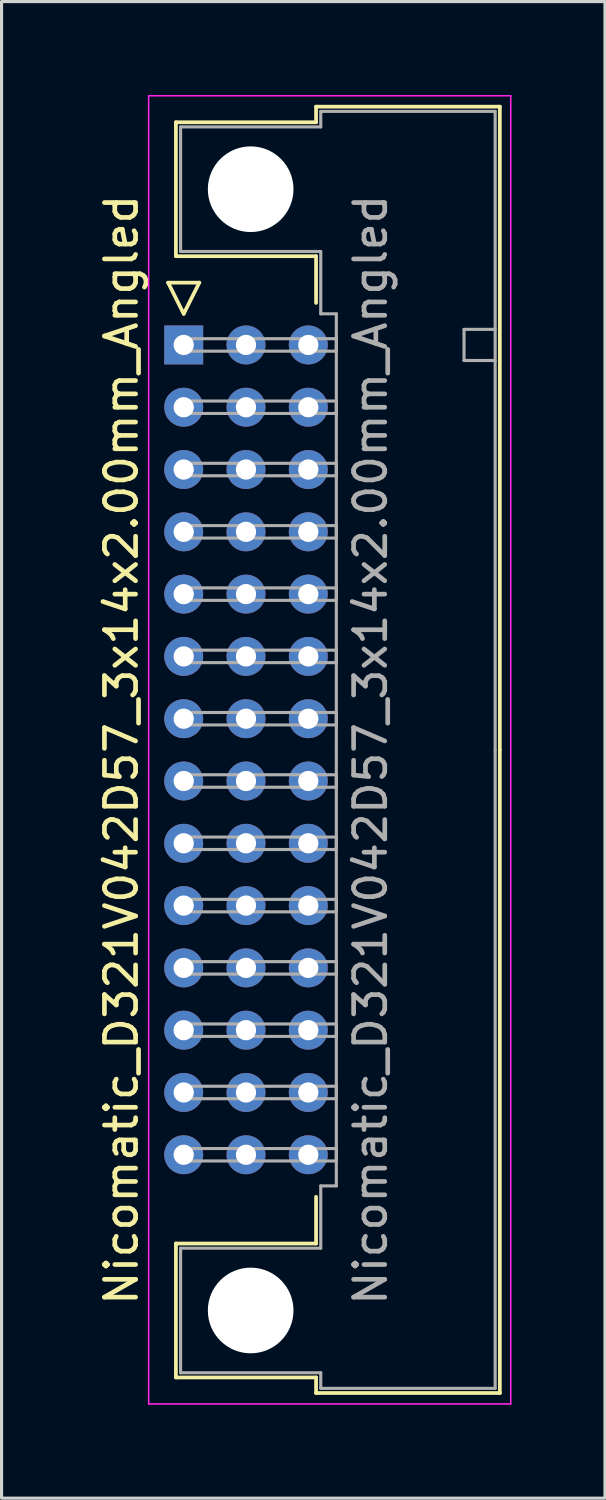
<source format=kicad_pcb>
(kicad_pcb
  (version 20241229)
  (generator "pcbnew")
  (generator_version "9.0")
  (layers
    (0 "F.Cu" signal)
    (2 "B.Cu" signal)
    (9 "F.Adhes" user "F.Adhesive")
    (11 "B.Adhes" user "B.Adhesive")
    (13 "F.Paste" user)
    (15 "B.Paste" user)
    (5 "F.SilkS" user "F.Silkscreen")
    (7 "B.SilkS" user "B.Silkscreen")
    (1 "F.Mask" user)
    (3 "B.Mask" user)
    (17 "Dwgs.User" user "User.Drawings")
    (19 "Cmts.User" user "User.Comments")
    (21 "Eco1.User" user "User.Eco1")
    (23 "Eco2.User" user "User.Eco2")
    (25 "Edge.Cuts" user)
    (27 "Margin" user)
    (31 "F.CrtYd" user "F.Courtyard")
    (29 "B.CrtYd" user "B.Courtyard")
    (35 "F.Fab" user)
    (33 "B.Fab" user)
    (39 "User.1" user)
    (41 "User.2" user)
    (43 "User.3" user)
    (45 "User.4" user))
  (footprint "Nicomatic_D321V042D57_3x14x2.00mm_Angled"
    (layer "F.Cu")
    (at 2.848 8.025)
    (property "Reference" "Nicomatic_D321V042D57_3x14x2.00mm_Angled" (at -2 13 90) (layer "F.SilkS") (effects (font (size 1 1) (thickness 0.15))))
    (attr through_hole)
    (fp_line (start -0.5 -2) (end 0 -1) (stroke (width 0.12) (type solid)) (layer "F.SilkS"))
    (fp_line (start -0.25 -7.15) (end -0.25 -2.85) (stroke (width 0.12) (type solid)) (layer "F.SilkS"))
    (fp_line (start -0.25 -2.85) (end 4.25 -2.85) (stroke (width 0.12) (type solid)) (layer "F.SilkS"))
    (fp_line (start -0.25 28.85) (end 4.25 28.85) (stroke (width 0.12) (type solid)) (layer "F.SilkS"))
    (fp_line (start -0.25 33.15) (end -0.25 28.85) (stroke (width 0.12) (type solid)) (layer "F.SilkS"))
    (fp_line (start 0 -1) (end 0.5 -2) (stroke (width 0.12) (type solid)) (layer "F.SilkS"))
    (fp_line (start 0.5 -2) (end -0.5 -2) (stroke (width 0.12) (type solid)) (layer "F.SilkS"))
    (fp_line (start 4.25 -7.65) (end 4.25 -7.15) (stroke (width 0.12) (type solid)) (layer "F.SilkS"))
    (fp_line (start 4.25 -7.15) (end -0.25 -7.15) (stroke (width 0.12) (type solid)) (layer "F.SilkS"))
    (fp_line (start 4.25 -2.85) (end 4.25 -1.35) (stroke (width 0.12) (type solid)) (layer "F.SilkS"))
    (fp_line (start 4.25 28.85) (end 4.25 27.35) (stroke (width 0.12) (type solid)) (layer "F.SilkS"))
    (fp_line (start 4.25 33.15) (end -0.25 33.15) (stroke (width 0.12) (type solid)) (layer "F.SilkS"))
    (fp_line (start 4.25 33.65) (end 4.25 33.15) (stroke (width 0.12) (type solid)) (layer "F.SilkS"))
    (fp_line (start 10.15 -7.65) (end 4.25 -7.65) (stroke (width 0.12) (type solid)) (layer "F.SilkS"))
    (fp_line (start 10.15 13) (end 10.15 -7.65) (stroke (width 0.12) (type solid)) (layer "F.SilkS"))
    (fp_line (start 10.15 13) (end 10.15 33.65) (stroke (width 0.12) (type solid)) (layer "F.SilkS"))
    (fp_line (start 10.15 33.65) (end 4.25 33.65) (stroke (width 0.12) (type solid)) (layer "F.SilkS"))
    (fp_line (start -1.125 -8) (end -1.125 34) (stroke (width 0.05) (type solid)) (layer "F.CrtYd"))
    (fp_line (start -1.125 34) (end 10.5 34) (stroke (width 0.05) (type solid)) (layer "F.CrtYd"))
    (fp_line (start 10.5 -8) (end -1.125 -8) (stroke (width 0.05) (type solid)) (layer "F.CrtYd"))
    (fp_line (start 10.5 34) (end 10.5 -8) (stroke (width 0.05) (type solid)) (layer "F.CrtYd"))
    (fp_line (start -0.1 -7) (end -0.1 -3) (stroke (width 0.1) (type solid)) (layer "F.Fab"))
    (fp_line (start -0.1 -3) (end 4.4 -3) (stroke (width 0.1) (type solid)) (layer "F.Fab"))
    (fp_line (start -0.1 29) (end 4.4 29) (stroke (width 0.1) (type solid)) (layer "F.Fab"))
    (fp_line (start -0.1 33) (end -0.1 29) (stroke (width 0.1) (type solid)) (layer "F.Fab"))
    (fp_line (start 0 -0.2) (end 0 0.2) (stroke (width 0.1) (type solid)) (layer "F.Fab"))
    (fp_line (start 0 0.2) (end 4.9 0.2) (stroke (width 0.1) (type solid)) (layer "F.Fab"))
    (fp_line (start 0 1.8) (end 0 2.2) (stroke (width 0.1) (type solid)) (layer "F.Fab"))
    (fp_line (start 0 2.2) (end 4.9 2.2) (stroke (width 0.1) (type solid)) (layer "F.Fab"))
    (fp_line (start 0 3.8) (end 0 4.2) (stroke (width 0.1) (type solid)) (layer "F.Fab"))
    (fp_line (start 0 4.2) (end 4.9 4.2) (stroke (width 0.1) (type solid)) (layer "F.Fab"))
    (fp_line (start 0 5.8) (end 0 6.2) (stroke (width 0.1) (type solid)) (layer "F.Fab"))
    (fp_line (start 0 6.2) (end 4.9 6.2) (stroke (width 0.1) (type solid)) (layer "F.Fab"))
    (fp_line (start 0 7.8) (end 0 8.2) (stroke (width 0.1) (type solid)) (layer "F.Fab"))
    (fp_line (start 0 8.2) (end 4.9 8.2) (stroke (width 0.1) (type solid)) (layer "F.Fab"))
    (fp_line (start 0 9.8) (end 0 10.2) (stroke (width 0.1) (type solid)) (layer "F.Fab"))
    (fp_line (start 0 10.2) (end 4.9 10.2) (stroke (width 0.1) (type solid)) (layer "F.Fab"))
    (fp_line (start 0 11.8) (end 0 12.2) (stroke (width 0.1) (type solid)) (layer "F.Fab"))
    (fp_line (start 0 12.2) (end 4.9 12.2) (stroke (width 0.1) (type solid)) (layer "F.Fab"))
    (fp_line (start 0 13.8) (end 0 14.2) (stroke (width 0.1) (type solid)) (layer "F.Fab"))
    (fp_line (start 0 14.2) (end 4.9 14.2) (stroke (width 0.1) (type solid)) (layer "F.Fab"))
    (fp_line (start 0 15.8) (end 0 16.2) (stroke (width 0.1) (type solid)) (layer "F.Fab"))
    (fp_line (start 0 16.2) (end 4.9 16.2) (stroke (width 0.1) (type solid)) (layer "F.Fab"))
    (fp_line (start 0 17.8) (end 0 18.2) (stroke (width 0.1) (type solid)) (layer "F.Fab"))
    (fp_line (start 0 18.2) (end 4.9 18.2) (stroke (width 0.1) (type solid)) (layer "F.Fab"))
    (fp_line (start 0 19.8) (end 0 20.2) (stroke (width 0.1) (type solid)) (layer "F.Fab"))
    (fp_line (start 0 20.2) (end 4.9 20.2) (stroke (width 0.1) (type solid)) (layer "F.Fab"))
    (fp_line (start 0 21.8) (end 0 22.2) (stroke (width 0.1) (type solid)) (layer "F.Fab"))
    (fp_line (start 0 22.2) (end 4.9 22.2) (stroke (width 0.1) (type solid)) (layer "F.Fab"))
    (fp_line (start 0 23.8) (end 0 24.2) (stroke (width 0.1) (type solid)) (layer "F.Fab"))
    (fp_line (start 0 24.2) (end 4.9 24.2) (stroke (width 0.1) (type solid)) (layer "F.Fab"))
    (fp_line (start 0 25.8) (end 0 26.2) (stroke (width 0.1) (type solid)) (layer "F.Fab"))
    (fp_line (start 0 26.2) (end 4.9 26.2) (stroke (width 0.1) (type solid)) (layer "F.Fab"))
    (fp_line (start 4.4 -7.5) (end 4.4 -7) (stroke (width 0.1) (type solid)) (layer "F.Fab"))
    (fp_line (start 4.4 -7) (end -0.1 -7) (stroke (width 0.1) (type solid)) (layer "F.Fab"))
    (fp_line (start 4.4 -3) (end 4.4 -1) (stroke (width 0.1) (type solid)) (layer "F.Fab"))
    (fp_line (start 4.4 -1) (end 4.9 -1) (stroke (width 0.1) (type solid)) (layer "F.Fab"))
    (fp_line (start 4.4 27) (end 4.9 27) (stroke (width 0.1) (type solid)) (layer "F.Fab"))
    (fp_line (start 4.4 29) (end 4.4 27) (stroke (width 0.1) (type solid)) (layer "F.Fab"))
    (fp_line (start 4.4 33) (end -0.1 33) (stroke (width 0.1) (type solid)) (layer "F.Fab"))
    (fp_line (start 4.4 33.5) (end 4.4 33) (stroke (width 0.1) (type solid)) (layer "F.Fab"))
    (fp_line (start 4.9 -1) (end 4.9 13) (stroke (width 0.1) (type solid)) (layer "F.Fab"))
    (fp_line (start 4.9 -0.2) (end 0 -0.2) (stroke (width 0.1) (type solid)) (layer "F.Fab"))
    (fp_line (start 4.9 0.2) (end 4.9 -0.2) (stroke (width 0.1) (type solid)) (layer "F.Fab"))
    (fp_line (start 4.9 1.8) (end 0 1.8) (stroke (width 0.1) (type solid)) (layer "F.Fab"))
    (fp_line (start 4.9 2.2) (end 4.9 1.8) (stroke (width 0.1) (type solid)) (layer "F.Fab"))
    (fp_line (start 4.9 3.8) (end 0 3.8) (stroke (width 0.1) (type solid)) (layer "F.Fab"))
    (fp_line (start 4.9 4.2) (end 4.9 3.8) (stroke (width 0.1) (type solid)) (layer "F.Fab"))
    (fp_line (start 4.9 5.8) (end 0 5.8) (stroke (width 0.1) (type solid)) (layer "F.Fab"))
    (fp_line (start 4.9 6.2) (end 4.9 5.8) (stroke (width 0.1) (type solid)) (layer "F.Fab"))
    (fp_line (start 4.9 7.8) (end 0 7.8) (stroke (width 0.1) (type solid)) (layer "F.Fab"))
    (fp_line (start 4.9 8.2) (end 4.9 7.8) (stroke (width 0.1) (type solid)) (layer "F.Fab"))
    (fp_line (start 4.9 9.8) (end 0 9.8) (stroke (width 0.1) (type solid)) (layer "F.Fab"))
    (fp_line (start 4.9 10.2) (end 4.9 9.8) (stroke (width 0.1) (type solid)) (layer "F.Fab"))
    (fp_line (start 4.9 11.8) (end 0 11.8) (stroke (width 0.1) (type solid)) (layer "F.Fab"))
    (fp_line (start 4.9 12.2) (end 4.9 11.8) (stroke (width 0.1) (type solid)) (layer "F.Fab"))
    (fp_line (start 4.9 13.8) (end 0 13.8) (stroke (width 0.1) (type solid)) (layer "F.Fab"))
    (fp_line (start 4.9 14.2) (end 4.9 13.8) (stroke (width 0.1) (type solid)) (layer "F.Fab"))
    (fp_line (start 4.9 15.8) (end 0 15.8) (stroke (width 0.1) (type solid)) (layer "F.Fab"))
    (fp_line (start 4.9 16.2) (end 4.9 15.8) (stroke (width 0.1) (type solid)) (layer "F.Fab"))
    (fp_line (start 4.9 17.8) (end 0 17.8) (stroke (width 0.1) (type solid)) (layer "F.Fab"))
    (fp_line (start 4.9 18.2) (end 4.9 17.8) (stroke (width 0.1) (type solid)) (layer "F.Fab"))
    (fp_line (start 4.9 19.8) (end 0 19.8) (stroke (width 0.1) (type solid)) (layer "F.Fab"))
    (fp_line (start 4.9 20.2) (end 4.9 19.8) (stroke (width 0.1) (type solid)) (layer "F.Fab"))
    (fp_line (start 4.9 21.8) (end 0 21.8) (stroke (width 0.1) (type solid)) (layer "F.Fab"))
    (fp_line (start 4.9 22.2) (end 4.9 21.8) (stroke (width 0.1) (type solid)) (layer "F.Fab"))
    (fp_line (start 4.9 23.8) (end 0 23.8) (stroke (width 0.1) (type solid)) (layer "F.Fab"))
    (fp_line (start 4.9 24.2) (end 4.9 23.8) (stroke (width 0.1) (type solid)) (layer "F.Fab"))
    (fp_line (start 4.9 25.8) (end 0 25.8) (stroke (width 0.1) (type solid)) (layer "F.Fab"))
    (fp_line (start 4.9 26.2) (end 4.9 25.8) (stroke (width 0.1) (type solid)) (layer "F.Fab"))
    (fp_line (start 4.9 27) (end 4.9 13) (stroke (width 0.1) (type solid)) (layer "F.Fab"))
    (fp_line (start 9 -0.5) (end 9 0.5) (stroke (width 0.1) (type solid)) (layer "F.Fab"))
    (fp_line (start 9 0.5) (end 10 0.5) (stroke (width 0.1) (type solid)) (layer "F.Fab"))
    (fp_line (start 10 -7.5) (end 4.4 -7.5) (stroke (width 0.1) (type solid)) (layer "F.Fab"))
    (fp_line (start 10 -0.5) (end 9 -0.5) (stroke (width 0.1) (type solid)) (layer "F.Fab"))
    (fp_line (start 10 13) (end 10 -7.5) (stroke (width 0.1) (type solid)) (layer "F.Fab"))
    (fp_line (start 10 13) (end 10 33.5) (stroke (width 0.1) (type solid)) (layer "F.Fab"))
    (fp_line (start 10 33.5) (end 4.4 33.5) (stroke (width 0.1) (type solid)) (layer "F.Fab"))
    (fp_text user "${REFERENCE}" (at 6 13 90) (layer "F.Fab") (effects (font (size 1 1) (thickness 0.15))))
    (pad "" np_thru_hole circle (at 2.15 -5) (size 2.75 2.75) (drill 2.75) (layers "*.Cu" "*.Mask"))
    (pad "" np_thru_hole circle (at 2.15 31) (size 2.75 2.75) (drill 2.75) (layers "*.Cu" "*.Mask"))
    (pad "1" thru_hole rect (at 0 0) (size 1.25 1.25) (drill 0.65) (layers "*.Cu" "*.Mask"))
    (pad "2" thru_hole oval (at 0 2) (size 1.25 1.25) (drill 0.65) (layers "*.Cu" "*.Mask"))
    (pad "3" thru_hole oval (at 0 4) (size 1.25 1.25) (drill 0.65) (layers "*.Cu" "*.Mask"))
    (pad "4" thru_hole oval (at 0 6) (size 1.25 1.25) (drill 0.65) (layers "*.Cu" "*.Mask"))
    (pad "5" thru_hole oval (at 0 8) (size 1.25 1.25) (drill 0.65) (layers "*.Cu" "*.Mask"))
    (pad "6" thru_hole oval (at 0 10) (size 1.25 1.25) (drill 0.65) (layers "*.Cu" "*.Mask"))
    (pad "7" thru_hole oval (at 0 12) (size 1.25 1.25) (drill 0.65) (layers "*.Cu" "*.Mask"))
    (pad "8" thru_hole oval (at 0 14) (size 1.25 1.25) (drill 0.65) (layers "*.Cu" "*.Mask"))
    (pad "9" thru_hole oval (at 0 16) (size 1.25 1.25) (drill 0.65) (layers "*.Cu" "*.Mask"))
    (pad "10" thru_hole oval (at 0 18) (size 1.25 1.25) (drill 0.65) (layers "*.Cu" "*.Mask"))
    (pad "11" thru_hole oval (at 0 20) (size 1.25 1.25) (drill 0.65) (layers "*.Cu" "*.Mask"))
    (pad "12" thru_hole oval (at 0 22) (size 1.25 1.25) (drill 0.65) (layers "*.Cu" "*.Mask"))
    (pad "13" thru_hole oval (at 0 24) (size 1.25 1.25) (drill 0.65) (layers "*.Cu" "*.Mask"))
    (pad "14" thru_hole oval (at 0 26) (size 1.25 1.25) (drill 0.65) (layers "*.Cu" "*.Mask"))
    (pad "15" thru_hole oval (at 2 0) (size 1.25 1.25) (drill 0.65) (layers "*.Cu" "*.Mask"))
    (pad "16" thru_hole oval (at 2 2) (size 1.25 1.25) (drill 0.65) (layers "*.Cu" "*.Mask"))
    (pad "17" thru_hole oval (at 2 4) (size 1.25 1.25) (drill 0.65) (layers "*.Cu" "*.Mask"))
    (pad "18" thru_hole oval (at 2 6) (size 1.25 1.25) (drill 0.65) (layers "*.Cu" "*.Mask"))
    (pad "19" thru_hole oval (at 2 8) (size 1.25 1.25) (drill 0.65) (layers "*.Cu" "*.Mask"))
    (pad "20" thru_hole oval (at 2 10) (size 1.25 1.25) (drill 0.65) (layers "*.Cu" "*.Mask"))
    (pad "21" thru_hole oval (at 2 12) (size 1.25 1.25) (drill 0.65) (layers "*.Cu" "*.Mask"))
    (pad "22" thru_hole oval (at 2 14) (size 1.25 1.25) (drill 0.65) (layers "*.Cu" "*.Mask"))
    (pad "23" thru_hole oval (at 2 16) (size 1.25 1.25) (drill 0.65) (layers "*.Cu" "*.Mask"))
    (pad "24" thru_hole oval (at 2 18) (size 1.25 1.25) (drill 0.65) (layers "*.Cu" "*.Mask"))
    (pad "25" thru_hole oval (at 2 20) (size 1.25 1.25) (drill 0.65) (layers "*.Cu" "*.Mask"))
    (pad "26" thru_hole oval (at 2 22) (size 1.25 1.25) (drill 0.65) (layers "*.Cu" "*.Mask"))
    (pad "27" thru_hole oval (at 2 24) (size 1.25 1.25) (drill 0.65) (layers "*.Cu" "*.Mask"))
    (pad "28" thru_hole oval (at 2 26) (size 1.25 1.25) (drill 0.65) (layers "*.Cu" "*.Mask"))
    (pad "29" thru_hole oval (at 4 0) (size 1.25 1.25) (drill 0.65) (layers "*.Cu" "*.Mask"))
    (pad "30" thru_hole oval (at 4 2) (size 1.25 1.25) (drill 0.65) (layers "*.Cu" "*.Mask"))
    (pad "31" thru_hole oval (at 4 4) (size 1.25 1.25) (drill 0.65) (layers "*.Cu" "*.Mask"))
    (pad "32" thru_hole oval (at 4 6) (size 1.25 1.25) (drill 0.65) (layers "*.Cu" "*.Mask"))
    (pad "33" thru_hole oval (at 4 8) (size 1.25 1.25) (drill 0.65) (layers "*.Cu" "*.Mask"))
    (pad "34" thru_hole oval (at 4 10) (size 1.25 1.25) (drill 0.65) (layers "*.Cu" "*.Mask"))
    (pad "35" thru_hole oval (at 4 12) (size 1.25 1.25) (drill 0.65) (layers "*.Cu" "*.Mask"))
    (pad "36" thru_hole oval (at 4 14) (size 1.25 1.25) (drill 0.65) (layers "*.Cu" "*.Mask"))
    (pad "37" thru_hole oval (at 4 16) (size 1.25 1.25) (drill 0.65) (layers "*.Cu" "*.Mask"))
    (pad "38" thru_hole oval (at 4 18) (size 1.25 1.25) (drill 0.65) (layers "*.Cu" "*.Mask"))
    (pad "39" thru_hole oval (at 4 20) (size 1.25 1.25) (drill 0.65) (layers "*.Cu" "*.Mask"))
    (pad "40" thru_hole oval (at 4 22) (size 1.25 1.25) (drill 0.65) (layers "*.Cu" "*.Mask"))
    (pad "41" thru_hole oval (at 4 24) (size 1.25 1.25) (drill 0.65) (layers "*.Cu" "*.Mask"))
    (pad "42" thru_hole oval (at 4 26) (size 1.25 1.25) (drill 0.65) (layers "*.Cu" "*.Mask")))
  (gr_rect
    (start -3 -3)
    (end 16.373 45.05)
    (stroke (width 0.1) (type default))
    (fill no)
    (layer "Edge.Cuts")))
</source>
